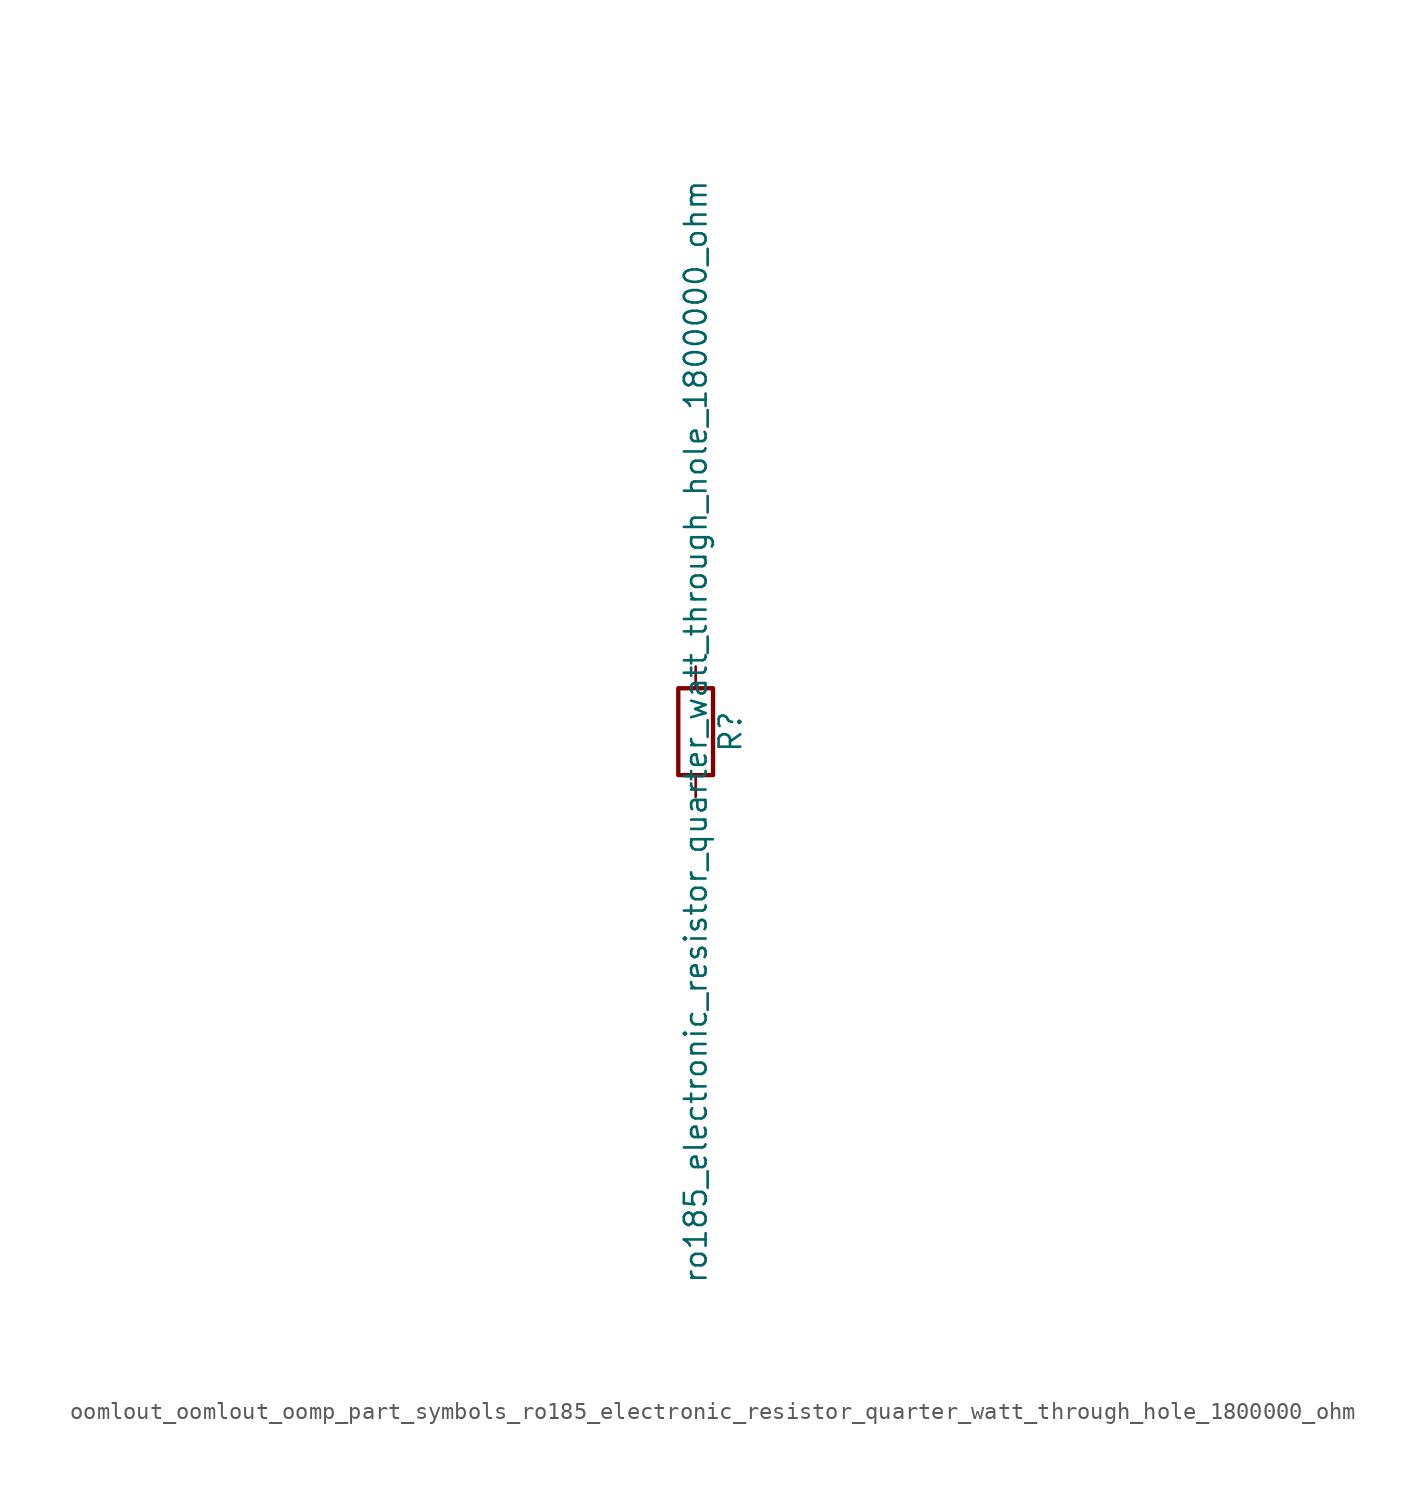
<source format=kicad_sym>
(kicad_symbol_lib
  (version 20220914)
  (generator kicad_symbol_editor)
  (symbol "oomlout_oomlout_oomp_part_symbols_ro185_electronic_resistor_quarter_watt_through_hole_1800000_ohm"
    (pin_numbers hide)
    (pin_names
      (offset 0))
    (property "Reference" "R"
      (at 2.032 0 90)
      (effects (font (size 1.27 1.27))))
    (property "Value" "ro185_electronic_resistor_quarter_watt_through_hole_1800000_ohm"
      (at 0 0 90)
      (effects (font (size 1.27 1.27))))
    (symbol "oomlout_oomlout_oomp_part_symbols_ro185_electronic_resistor_quarter_watt_through_hole_1800000_ohm_0_1"
      (rectangle (start -1.016 -2.54) (end 1.016 2.54) (stroke (width 0.254) (type default)) (fill (type none))))
    (symbol "oomlout_oomlout_oomp_part_symbols_ro185_electronic_resistor_quarter_watt_through_hole_1800000_ohm_1_1"
      (pin passive line (at 0 3.81 270) (length 1.27) (name "~" (effects (font (size 1.27 1.27)))) (number "1" (effects (font (size 1.27 1.27)))))
      (pin passive line (at 0 -3.81 90) (length 1.27) (name "~" (effects (font (size 1.27 1.27)))) (number "2" (effects (font (size 1.27 1.27))))))))
</source>
